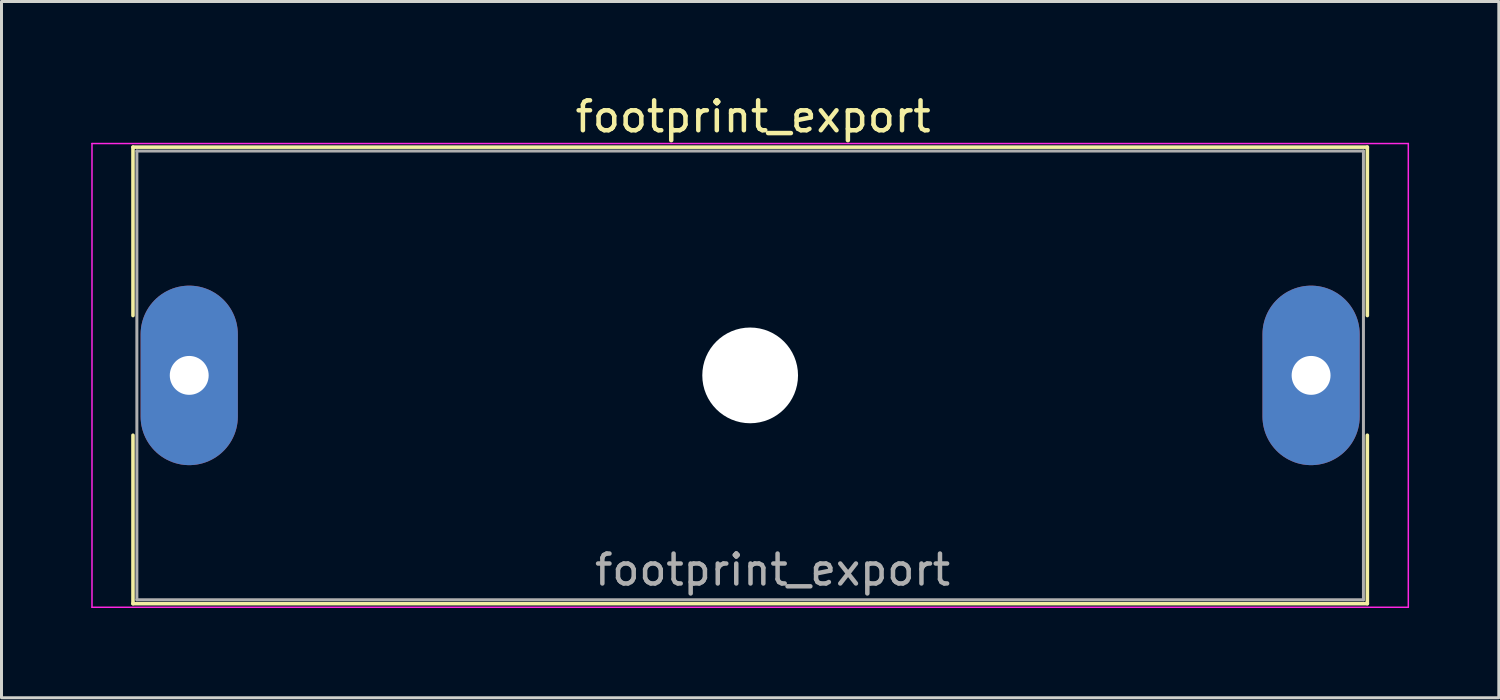
<source format=kicad_pcb>
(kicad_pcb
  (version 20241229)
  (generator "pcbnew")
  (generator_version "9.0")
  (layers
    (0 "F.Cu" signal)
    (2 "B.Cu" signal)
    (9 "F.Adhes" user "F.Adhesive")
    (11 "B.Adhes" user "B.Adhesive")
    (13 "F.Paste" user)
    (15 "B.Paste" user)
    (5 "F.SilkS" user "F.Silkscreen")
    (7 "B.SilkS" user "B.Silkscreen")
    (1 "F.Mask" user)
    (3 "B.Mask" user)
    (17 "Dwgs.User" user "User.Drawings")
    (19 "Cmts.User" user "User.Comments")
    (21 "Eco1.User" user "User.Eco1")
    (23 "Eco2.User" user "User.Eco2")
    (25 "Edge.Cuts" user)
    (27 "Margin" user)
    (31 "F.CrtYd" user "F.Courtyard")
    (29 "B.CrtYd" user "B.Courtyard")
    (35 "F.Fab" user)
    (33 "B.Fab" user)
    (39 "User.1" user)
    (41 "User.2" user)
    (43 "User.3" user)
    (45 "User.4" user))
  (footprint "footprint_export"
    (layer "F.Cu")
    (at 3.275 9.498)
    (property "Reference" "footprint_export" (at 18.85 -8.65 0) (layer "F.SilkS") (effects (font (size 1 1) (thickness 0.15))))
    (attr through_hole)
    (fp_line (start -1.88 -7.63) (end -1.88 -2) (stroke (width 0.12) (type solid)) (layer "F.SilkS"))
    (fp_line (start -1.88 -7.63) (end 39.38 -7.63) (stroke (width 0.12) (type solid)) (layer "F.SilkS"))
    (fp_line (start -1.88 2) (end -1.88 7.63) (stroke (width 0.12) (type solid)) (layer "F.SilkS"))
    (fp_line (start 39.38 -7.63) (end 39.38 -2) (stroke (width 0.12) (type solid)) (layer "F.SilkS"))
    (fp_line (start 39.38 2) (end 39.38 7.63) (stroke (width 0.12) (type solid)) (layer "F.SilkS"))
    (fp_line (start 39.38 7.63) (end -1.88 7.63) (stroke (width 0.12) (type solid)) (layer "F.SilkS"))
    (fp_line (start -3.25 -7.75) (end -3.25 7.75) (stroke (width 0.05) (type solid)) (layer "F.CrtYd"))
    (fp_line (start -3.25 -7.75) (end 40.75 -7.75) (stroke (width 0.05) (type solid)) (layer "F.CrtYd"))
    (fp_line (start 40.75 7.75) (end -3.25 7.75) (stroke (width 0.05) (type solid)) (layer "F.CrtYd"))
    (fp_line (start 40.75 7.75) (end 40.75 -7.75) (stroke (width 0.05) (type solid)) (layer "F.CrtYd"))
    (fp_line (start -1.75 -7.5) (end -1.75 7.5) (stroke (width 0.1) (type solid)) (layer "F.Fab"))
    (fp_line (start -1.75 7.5) (end 39.25 7.5) (stroke (width 0.1) (type solid)) (layer "F.Fab"))
    (fp_line (start 39.25 -7.5) (end -1.75 -7.5) (stroke (width 0.1) (type solid)) (layer "F.Fab"))
    (fp_line (start 39.25 7.5) (end 39.25 -7.5) (stroke (width 0.1) (type solid)) (layer "F.Fab"))
    (fp_text user "${REFERENCE}" (at 19.5 6.5 0) (layer "F.Fab") (effects (font (size 1 1) (thickness 0.15))))
    (pad "" np_thru_hole circle (at 18.75 0) (size 3.2 3.2) (drill 3.2) (layers "*.Cu" "*.Mask"))
    (pad "1" thru_hole oval (at 0 0) (size 3.25 6) (drill 1.3) (layers "*.Cu" "*.Mask"))
    (pad "2" thru_hole oval (at 37.5 0) (size 3.25 6) (drill 1.3) (layers "*.Cu" "*.Mask")))
  (gr_rect
    (start -3 -3)
    (end 47.05 20.273)
    (stroke (width 0.1) (type default))
    (fill no)
    (layer "Edge.Cuts")))
</source>
